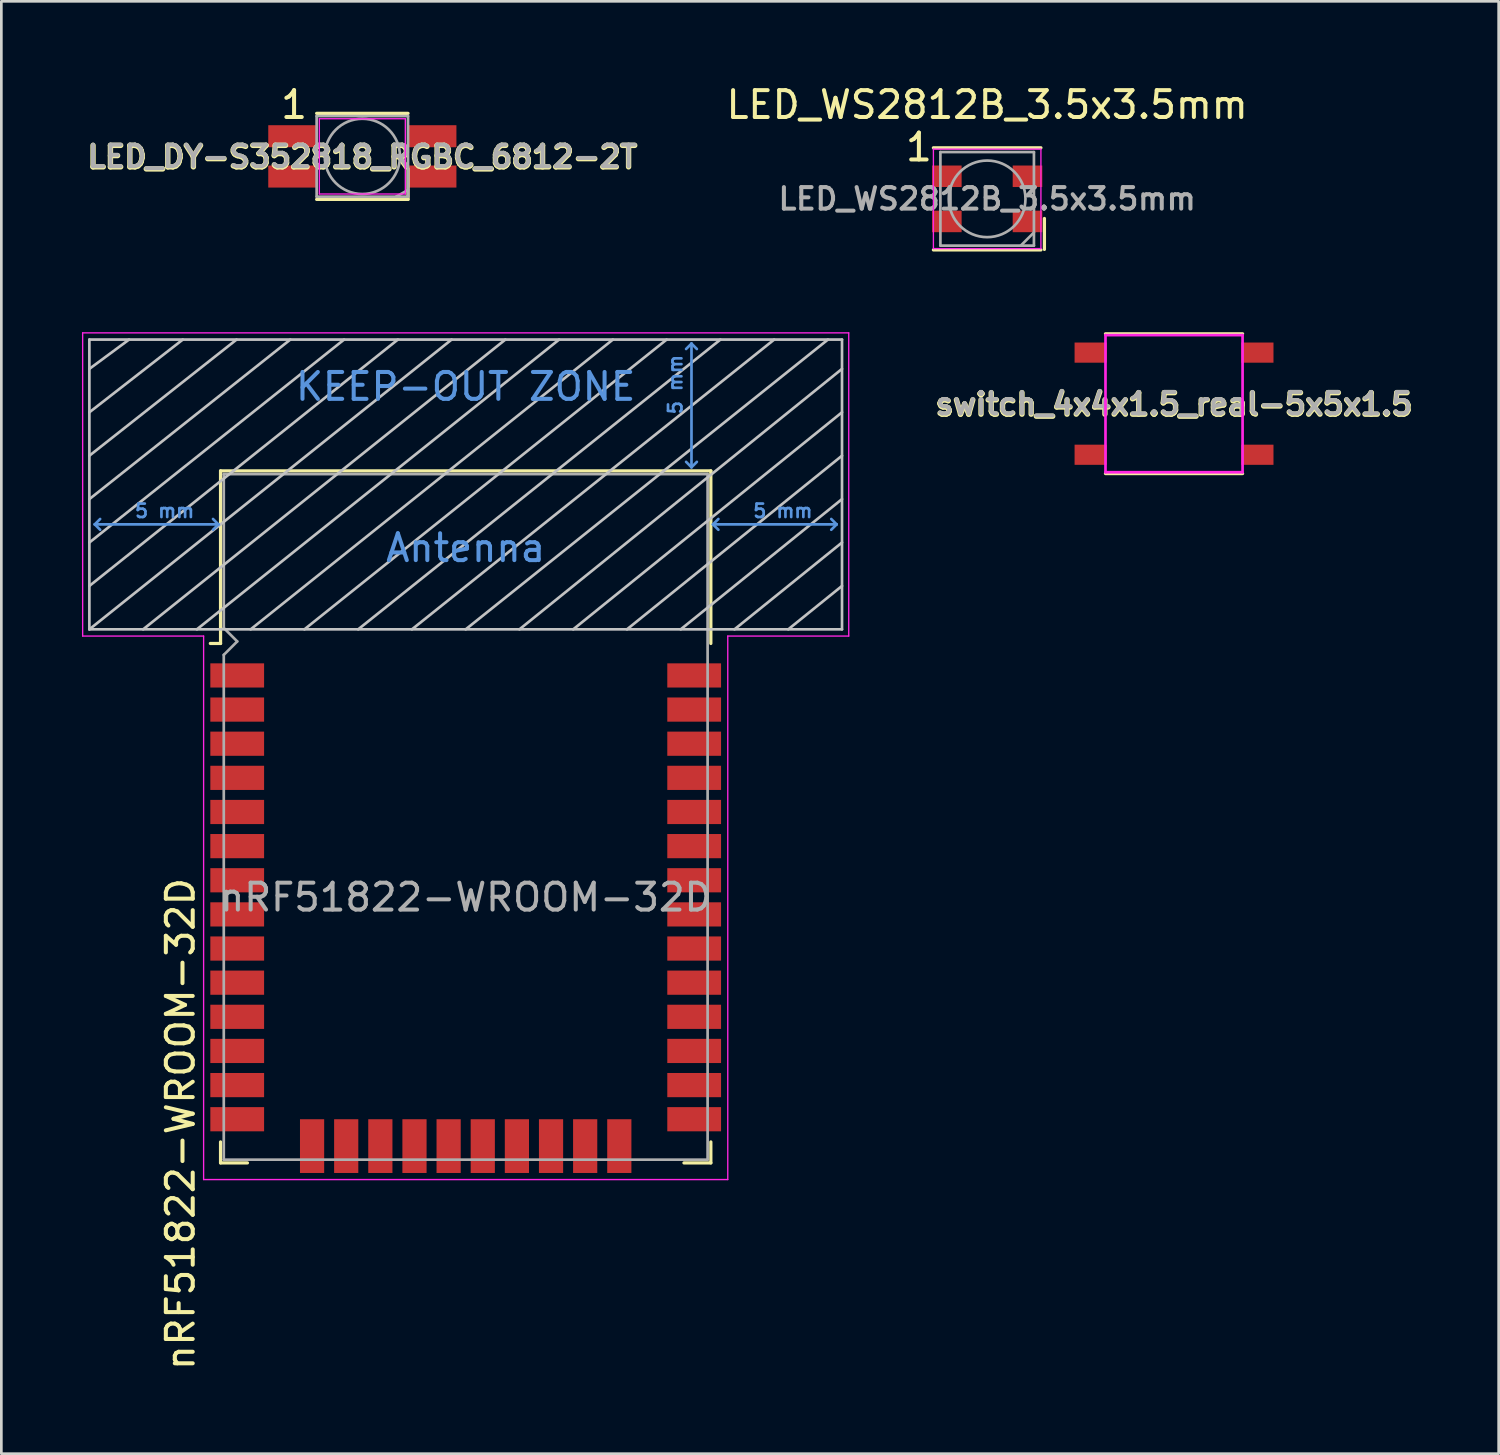
<source format=kicad_pcb>
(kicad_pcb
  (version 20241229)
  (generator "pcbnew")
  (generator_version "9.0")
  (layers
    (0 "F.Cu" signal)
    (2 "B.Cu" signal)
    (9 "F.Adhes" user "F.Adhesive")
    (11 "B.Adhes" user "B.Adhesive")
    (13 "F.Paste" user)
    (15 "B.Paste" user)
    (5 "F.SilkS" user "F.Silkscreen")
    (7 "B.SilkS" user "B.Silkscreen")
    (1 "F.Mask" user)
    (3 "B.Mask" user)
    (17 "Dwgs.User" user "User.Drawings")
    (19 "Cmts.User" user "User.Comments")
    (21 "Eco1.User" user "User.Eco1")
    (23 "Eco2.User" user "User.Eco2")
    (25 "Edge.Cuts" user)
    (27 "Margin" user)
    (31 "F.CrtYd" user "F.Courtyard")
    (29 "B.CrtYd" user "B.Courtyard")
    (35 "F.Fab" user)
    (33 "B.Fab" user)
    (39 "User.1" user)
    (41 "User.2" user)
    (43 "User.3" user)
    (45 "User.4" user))
  (footprint "switch_4x4x1.5_real-5x5x1.5"
    (layer "F.Cu")
    (at 40.627 11.968)
    (property "Reference" "switch_4x4x1.5_real-5x5x1.5" (at 0 0.03 0) (layer "F.SilkS") (effects (font (size 0.8 0.8) (thickness 0.2))))
    (attr smd)
    (fp_line (start -2.55 -2.6) (end 2.55 -2.6) (stroke (width 0.12) (type solid)) (layer "F.SilkS"))
    (fp_line (start -2.55 2.6) (end 2.55 2.6) (stroke (width 0.12) (type solid)) (layer "F.SilkS"))
    (fp_line (start -2.55 -2.55) (end -2.55 2.55) (stroke (width 0.1) (type solid)) (layer "F.CrtYd"))
    (fp_line (start -2.55 2.55) (end 2.55 2.55) (stroke (width 0.1) (type solid)) (layer "F.CrtYd"))
    (fp_line (start 2.55 -2.55) (end -2.55 -2.55) (stroke (width 0.1) (type solid)) (layer "F.CrtYd"))
    (fp_line (start 2.55 2.55) (end 2.55 -2.55) (stroke (width 0.1) (type solid)) (layer "F.CrtYd"))
    (fp_text user "${REFERENCE}" (at 0 0 0) (layer "F.Fab") (effects (font (size 0.8 0.8) (thickness 0.15))))
    (pad "1" smd rect (at -3.1 -1.9) (size 1.2 0.75) (layers "F.Cu" "F.Mask" "F.Paste"))
    (pad "1" smd rect (at 3.1 -1.9) (size 1.2 0.75) (layers "F.Cu" "F.Mask" "F.Paste"))
    (pad "2" smd rect (at -3.1 1.9) (size 1.2 0.75) (layers "F.Cu" "F.Mask" "F.Paste"))
    (pad "2" smd rect (at 3.1 1.9) (size 1.2 0.75) (layers "F.Cu" "F.Mask" "F.Paste")))
  (footprint "LED_DY-S352818_RGBC_6812-2T"
    (layer "F.Cu")
    (at 10.43 2.768)
    (property "Reference" "LED_DY-S352818_RGBC_6812-2T" (at 0 0.03 0) (layer "F.SilkS") (effects (font (size 0.8 0.8) (thickness 0.2))))
    (attr smd)
    (fp_line (start -1.7 -1.6) (end 1.7 -1.6) (stroke (width 0.12) (type solid)) (layer "F.SilkS"))
    (fp_line (start -1.7 1.6) (end 1.7 1.6) (stroke (width 0.12) (type solid)) (layer "F.SilkS"))
    (fp_line (start 1.7 1.6) (end 1.7 0.45) (stroke (width 0.12) (type solid)) (layer "F.SilkS"))
    (fp_line (start -1.6 -1.4) (end -1.6 1.4) (stroke (width 0.05) (type solid)) (layer "F.CrtYd"))
    (fp_line (start -1.6 1.4) (end 1.6 1.4) (stroke (width 0.05) (type solid)) (layer "F.CrtYd"))
    (fp_line (start 1.6 -1.4) (end -1.6 -1.4) (stroke (width 0.05) (type solid)) (layer "F.CrtYd"))
    (fp_line (start 1.6 1.4) (end 1.6 -1.4) (stroke (width 0.05) (type solid)) (layer "F.CrtYd"))
    (fp_line (start -1.7 -1.5) (end -1.7 1.5) (stroke (width 0.1) (type solid)) (layer "F.Fab"))
    (fp_line (start -1.7 1.5) (end 1.7 1.5) (stroke (width 0.1) (type solid)) (layer "F.Fab"))
    (fp_line (start 1.7 -1.5) (end -1.7 -1.5) (stroke (width 0.1) (type solid)) (layer "F.Fab"))
    (fp_line (start 1.7 1.25) (end 1.25 1.5) (stroke (width 0.1) (type solid)) (layer "F.Fab"))
    (fp_line (start 1.7 1.5) (end 1.7 -1.5) (stroke (width 0.1) (type solid)) (layer "F.Fab"))
    (fp_circle (center 0 0) (end 1.4 0) (stroke (width 0.1) (type solid)) (fill no) (layer "F.Fab"))
    (fp_text user "1" (at -2.54 -1.92 0) (layer "F.SilkS") (effects (font (size 1 1) (thickness 0.15))))
    (fp_text user "${REFERENCE}" (at 0 0 0) (layer "F.Fab") (effects (font (size 0.8 0.8) (thickness 0.15))))
    (pad "1" smd rect (at -2.6 -0.75) (size 1.8 0.82) (layers "F.Cu" "F.Mask" "F.Paste"))
    (pad "2" smd rect (at -2.6 0.75) (size 1.8 0.82) (layers "F.Cu" "F.Mask" "F.Paste"))
    (pad "3" smd rect (at 2.6 0.75) (size 1.8 0.82) (layers "F.Cu" "F.Mask" "F.Paste"))
    (pad "4" smd rect (at 2.6 -0.75) (size 1.8 0.82) (layers "F.Cu" "F.Mask" "F.Paste")))
  (footprint "nRF51822-WROOM-32D"
    (layer "F.Cu")
    (at 14.275 30.333)
    (property "Reference" "nRF51822-WROOM-32D" (at -10.61 8.43 90) (layer "F.SilkS") (effects (font (size 1 1) (thickness 0.15))))
    (attr smd)
    (fp_line (start -9.12 -15.865) (end -9.12 -9.445) (stroke (width 0.12) (type solid)) (layer "F.SilkS"))
    (fp_line (start -9.12 -15.865) (end 9.12 -15.865) (stroke (width 0.12) (type solid)) (layer "F.SilkS"))
    (fp_line (start -9.12 -9.445) (end -9.5 -9.445) (stroke (width 0.12) (type solid)) (layer "F.SilkS"))
    (fp_line (start -9.12 9.1) (end -9.12 9.88) (stroke (width 0.12) (type solid)) (layer "F.SilkS"))
    (fp_line (start -9.12 9.88) (end -8.12 9.88) (stroke (width 0.12) (type solid)) (layer "F.SilkS"))
    (fp_line (start 9.12 -15.865) (end 9.12 -9.445) (stroke (width 0.12) (type solid)) (layer "F.SilkS"))
    (fp_line (start 9.12 9.1) (end 9.12 9.88) (stroke (width 0.12) (type solid)) (layer "F.SilkS"))
    (fp_line (start 9.12 9.88) (end 8.12 9.88) (stroke (width 0.12) (type solid)) (layer "F.SilkS"))
    (fp_line (start -14 -9.97) (end -14 -20.75) (stroke (width 0.1) (type solid)) (layer "Dwgs.User"))
    (fp_line (start -12.525 -20.75) (end -14 -19.66) (stroke (width 0.1) (type solid)) (layer "Dwgs.User"))
    (fp_line (start -10.525 -20.75) (end -14 -18.045) (stroke (width 0.1) (type solid)) (layer "Dwgs.User"))
    (fp_line (start -8.525 -20.75) (end -14 -16.43) (stroke (width 0.1) (type solid)) (layer "Dwgs.User"))
    (fp_line (start -8 -9.97) (end 5.475 -20.75) (stroke (width 0.1) (type solid)) (layer "Dwgs.User"))
    (fp_line (start -6.525 -20.75) (end -14 -14.815) (stroke (width 0.1) (type solid)) (layer "Dwgs.User"))
    (fp_line (start -4.525 -20.75) (end -14 -13.2) (stroke (width 0.1) (type solid)) (layer "Dwgs.User"))
    (fp_line (start -2.525 -20.75) (end -14 -11.585) (stroke (width 0.1) (type solid)) (layer "Dwgs.User"))
    (fp_line (start -0.525 -20.75) (end -14 -9.97) (stroke (width 0.1) (type solid)) (layer "Dwgs.User"))
    (fp_line (start 1.475 -20.75) (end -12 -9.97) (stroke (width 0.1) (type solid)) (layer "Dwgs.User"))
    (fp_line (start 3.475 -20.75) (end -10 -9.97) (stroke (width 0.1) (type solid)) (layer "Dwgs.User"))
    (fp_line (start 7.475 -20.75) (end -6 -9.97) (stroke (width 0.1) (type solid)) (layer "Dwgs.User"))
    (fp_line (start 9.475 -20.75) (end -4 -9.97) (stroke (width 0.1) (type solid)) (layer "Dwgs.User"))
    (fp_line (start 11.475 -20.75) (end -2 -9.97) (stroke (width 0.1) (type solid)) (layer "Dwgs.User"))
    (fp_line (start 13.475 -20.75) (end 0 -9.97) (stroke (width 0.1) (type solid)) (layer "Dwgs.User"))
    (fp_line (start 14 -20.75) (end -14 -20.75) (stroke (width 0.1) (type solid)) (layer "Dwgs.User"))
    (fp_line (start 14 -19.66) (end 2 -9.97) (stroke (width 0.1) (type solid)) (layer "Dwgs.User"))
    (fp_line (start 14 -18.045) (end 4 -9.97) (stroke (width 0.1) (type solid)) (layer "Dwgs.User"))
    (fp_line (start 14 -16.43) (end 6 -9.97) (stroke (width 0.1) (type solid)) (layer "Dwgs.User"))
    (fp_line (start 14 -14.815) (end 8 -9.97) (stroke (width 0.1) (type solid)) (layer "Dwgs.User"))
    (fp_line (start 14 -13.2) (end 10 -9.97) (stroke (width 0.1) (type solid)) (layer "Dwgs.User"))
    (fp_line (start 14 -11.585) (end 12 -9.97) (stroke (width 0.1) (type solid)) (layer "Dwgs.User"))
    (fp_line (start 14 -9.97) (end -14 -9.97) (stroke (width 0.1) (type solid)) (layer "Dwgs.User"))
    (fp_line (start 14 -9.97) (end 14 -20.75) (stroke (width 0.1) (type solid)) (layer "Dwgs.User"))
    (fp_line (start -13.8 -13.875) (end -13.6 -14.075) (stroke (width 0.1) (type solid)) (layer "Cmts.User"))
    (fp_line (start -13.8 -13.875) (end -13.6 -13.675) (stroke (width 0.1) (type solid)) (layer "Cmts.User"))
    (fp_line (start -13.8 -13.875) (end -9.2 -13.875) (stroke (width 0.1) (type solid)) (layer "Cmts.User"))
    (fp_line (start -9.2 -13.875) (end -9.4 -14.075) (stroke (width 0.1) (type solid)) (layer "Cmts.User"))
    (fp_line (start -9.2 -13.875) (end -9.4 -13.675) (stroke (width 0.1) (type solid)) (layer "Cmts.User"))
    (fp_line (start 8.4 -20.6) (end 8.2 -20.4) (stroke (width 0.1) (type solid)) (layer "Cmts.User"))
    (fp_line (start 8.4 -20.6) (end 8.6 -20.4) (stroke (width 0.1) (type solid)) (layer "Cmts.User"))
    (fp_line (start 8.4 -16) (end 8.2 -16.2) (stroke (width 0.1) (type solid)) (layer "Cmts.User"))
    (fp_line (start 8.4 -16) (end 8.4 -20.6) (stroke (width 0.1) (type solid)) (layer "Cmts.User"))
    (fp_line (start 8.4 -16) (end 8.6 -16.2) (stroke (width 0.1) (type solid)) (layer "Cmts.User"))
    (fp_line (start 9.2 -13.875) (end 9.4 -14.075) (stroke (width 0.1) (type solid)) (layer "Cmts.User"))
    (fp_line (start 9.2 -13.875) (end 9.4 -13.675) (stroke (width 0.1) (type solid)) (layer "Cmts.User"))
    (fp_line (start 9.2 -13.875) (end 13.8 -13.875) (stroke (width 0.1) (type solid)) (layer "Cmts.User"))
    (fp_line (start 13.8 -13.875) (end 13.6 -14.075) (stroke (width 0.1) (type solid)) (layer "Cmts.User"))
    (fp_line (start 13.8 -13.875) (end 13.6 -13.675) (stroke (width 0.1) (type solid)) (layer "Cmts.User"))
    (fp_line (start -14.25 -21) (end -14.25 -9.72) (stroke (width 0.05) (type solid)) (layer "F.CrtYd"))
    (fp_line (start -14.25 -21) (end 14.25 -21) (stroke (width 0.05) (type solid)) (layer "F.CrtYd"))
    (fp_line (start -14.25 -9.72) (end -9.75 -9.72) (stroke (width 0.05) (type solid)) (layer "F.CrtYd"))
    (fp_line (start -9.75 10.5) (end -9.75 -9.72) (stroke (width 0.05) (type solid)) (layer "F.CrtYd"))
    (fp_line (start -9.75 10.5) (end 9.75 10.5) (stroke (width 0.05) (type solid)) (layer "F.CrtYd"))
    (fp_line (start 9.75 -9.72) (end 9.75 10.5) (stroke (width 0.05) (type solid)) (layer "F.CrtYd"))
    (fp_line (start 9.75 -9.72) (end 14.25 -9.72) (stroke (width 0.05) (type solid)) (layer "F.CrtYd"))
    (fp_line (start 14.25 -21) (end 14.25 -9.72) (stroke (width 0.05) (type solid)) (layer "F.CrtYd"))
    (fp_line (start -9 -15.745) (end -9 -10.02) (stroke (width 0.1) (type solid)) (layer "F.Fab"))
    (fp_line (start -9 -15.745) (end 9 -15.745) (stroke (width 0.1) (type solid)) (layer "F.Fab"))
    (fp_line (start -9 -9.02) (end -9 9.76) (stroke (width 0.1) (type solid)) (layer "F.Fab"))
    (fp_line (start -9 -9.02) (end -8.5 -9.52) (stroke (width 0.1) (type solid)) (layer "F.Fab"))
    (fp_line (start -9 9.76) (end 9 9.76) (stroke (width 0.1) (type solid)) (layer "F.Fab"))
    (fp_line (start -8.5 -9.52) (end -9 -10.02) (stroke (width 0.1) (type solid)) (layer "F.Fab"))
    (fp_line (start 9 9.76) (end 9 -15.745) (stroke (width 0.1) (type solid)) (layer "F.Fab"))
    (fp_text user "KEEP-OUT ZONE" (at 0 -19 0) (layer "Cmts.User") (effects (font (size 1 1) (thickness 0.15))))
    (fp_text user "5 mm" (at 7.8 -19.075 90) (layer "Cmts.User") (effects (font (size 0.5 0.5) (thickness 0.1))))
    (fp_text user "Antenna" (at 0 -13 0) (layer "Cmts.User") (effects (font (size 1 1) (thickness 0.15))))
    (fp_text user "5 mm" (at 11.8 -14.375 0) (layer "Cmts.User") (effects (font (size 0.5 0.5) (thickness 0.1))))
    (fp_text user "5 mm" (at -11.2 -14.375 0) (layer "Cmts.User") (effects (font (size 0.5 0.5) (thickness 0.1))))
    (fp_text user "${REFERENCE}" (at 0 0 0) (layer "F.Fab") (effects (font (size 1 1) (thickness 0.15))))
    (pad "1" smd rect (at -8.5 -8.255) (size 2 0.9) (layers "F.Cu" "F.Mask" "F.Paste"))
    (pad "2" smd rect (at -8.5 -6.985) (size 2 0.9) (layers "F.Cu" "F.Mask" "F.Paste"))
    (pad "3" smd rect (at -8.5 -5.715) (size 2 0.9) (layers "F.Cu" "F.Mask" "F.Paste"))
    (pad "4" smd rect (at -8.5 -4.445) (size 2 0.9) (layers "F.Cu" "F.Mask" "F.Paste"))
    (pad "5" smd rect (at -8.5 -3.175) (size 2 0.9) (layers "F.Cu" "F.Mask" "F.Paste"))
    (pad "6" smd rect (at -8.5 -1.905) (size 2 0.9) (layers "F.Cu" "F.Mask" "F.Paste"))
    (pad "7" smd rect (at -8.5 -0.635) (size 2 0.9) (layers "F.Cu" "F.Mask" "F.Paste"))
    (pad "8" smd rect (at -8.5 0.635) (size 2 0.9) (layers "F.Cu" "F.Mask" "F.Paste"))
    (pad "9" smd rect (at -8.5 1.905) (size 2 0.9) (layers "F.Cu" "F.Mask" "F.Paste"))
    (pad "10" smd rect (at -8.5 3.175) (size 2 0.9) (layers "F.Cu" "F.Mask" "F.Paste"))
    (pad "11" smd rect (at -8.5 4.445) (size 2 0.9) (layers "F.Cu" "F.Mask" "F.Paste"))
    (pad "12" smd rect (at -8.5 5.715) (size 2 0.9) (layers "F.Cu" "F.Mask" "F.Paste"))
    (pad "13" smd rect (at -8.5 6.985) (size 2 0.9) (layers "F.Cu" "F.Mask" "F.Paste"))
    (pad "14" smd rect (at -8.5 8.255) (size 2 0.9) (layers "F.Cu" "F.Mask" "F.Paste"))
    (pad "15" smd rect (at -5.715 9.255 90) (size 2 0.9) (layers "F.Cu" "F.Mask" "F.Paste"))
    (pad "16" smd rect (at -4.445 9.255 90) (size 2 0.9) (layers "F.Cu" "F.Mask" "F.Paste"))
    (pad "17" smd rect (at -3.175 9.255 90) (size 2 0.9) (layers "F.Cu" "F.Mask" "F.Paste"))
    (pad "18" smd rect (at -1.905 9.255 90) (size 2 0.9) (layers "F.Cu" "F.Mask" "F.Paste"))
    (pad "19" smd rect (at -0.635 9.255 90) (size 2 0.9) (layers "F.Cu" "F.Mask" "F.Paste"))
    (pad "20" smd rect (at 0.635 9.255 90) (size 2 0.9) (layers "F.Cu" "F.Mask" "F.Paste"))
    (pad "21" smd rect (at 1.905 9.255 90) (size 2 0.9) (layers "F.Cu" "F.Mask" "F.Paste"))
    (pad "22" smd rect (at 3.175 9.255 90) (size 2 0.9) (layers "F.Cu" "F.Mask" "F.Paste"))
    (pad "23" smd rect (at 4.445 9.255 90) (size 2 0.9) (layers "F.Cu" "F.Mask" "F.Paste"))
    (pad "24" smd rect (at 5.715 9.255 90) (size 2 0.9) (layers "F.Cu" "F.Mask" "F.Paste"))
    (pad "25" smd rect (at 8.5 8.255) (size 2 0.9) (layers "F.Cu" "F.Mask" "F.Paste"))
    (pad "26" smd rect (at 8.5 6.985) (size 2 0.9) (layers "F.Cu" "F.Mask" "F.Paste"))
    (pad "27" smd rect (at 8.5 5.715) (size 2 0.9) (layers "F.Cu" "F.Mask" "F.Paste"))
    (pad "28" smd rect (at 8.5 4.445) (size 2 0.9) (layers "F.Cu" "F.Mask" "F.Paste"))
    (pad "29" smd rect (at 8.5 3.175) (size 2 0.9) (layers "F.Cu" "F.Mask" "F.Paste"))
    (pad "30" smd rect (at 8.5 1.905) (size 2 0.9) (layers "F.Cu" "F.Mask" "F.Paste"))
    (pad "31" smd rect (at 8.5 0.635) (size 2 0.9) (layers "F.Cu" "F.Mask" "F.Paste"))
    (pad "32" smd rect (at 8.5 -0.635) (size 2 0.9) (layers "F.Cu" "F.Mask" "F.Paste"))
    (pad "33" smd rect (at 8.5 -1.905) (size 2 0.9) (layers "F.Cu" "F.Mask" "F.Paste"))
    (pad "34" smd rect (at 8.5 -3.175) (size 2 0.9) (layers "F.Cu" "F.Mask" "F.Paste"))
    (pad "35" smd rect (at 8.5 -4.445) (size 2 0.9) (layers "F.Cu" "F.Mask" "F.Paste"))
    (pad "36" smd rect (at 8.5 -5.715) (size 2 0.9) (layers "F.Cu" "F.Mask" "F.Paste"))
    (pad "37" smd rect (at 8.5 -6.985) (size 2 0.9) (layers "F.Cu" "F.Mask" "F.Paste"))
    (pad "38" smd rect (at 8.5 -8.255) (size 2 0.9) (layers "F.Cu" "F.Mask" "F.Paste")))
  (footprint "LED_WS2812B_3.5x3.5mm"
    (layer "F.Cu")
    (at 33.675 4.348)
    (property "Reference" "LED_WS2812B_3.5x3.5mm" (at 0 -3.5 0) (layer "F.SilkS") (effects (font (size 1 1) (thickness 0.15))))
    (attr smd)
    (fp_line (start -2 -1.9) (end 2 -1.9) (stroke (width 0.12) (type solid)) (layer "F.SilkS"))
    (fp_line (start -2 1.9) (end 2 1.9) (stroke (width 0.12) (type solid)) (layer "F.SilkS"))
    (fp_line (start 2.13 1.88) (end 2.13 0.73) (stroke (width 0.12) (type solid)) (layer "F.SilkS"))
    (fp_line (start -2 -1.85) (end -2 1.85) (stroke (width 0.05) (type solid)) (layer "F.CrtYd"))
    (fp_line (start -2 1.85) (end 2 1.85) (stroke (width 0.05) (type solid)) (layer "F.CrtYd"))
    (fp_line (start 2 -1.85) (end -2 -1.85) (stroke (width 0.05) (type solid)) (layer "F.CrtYd"))
    (fp_line (start 2 1.85) (end 2 -1.85) (stroke (width 0.05) (type solid)) (layer "F.CrtYd"))
    (fp_line (start -1.74 -1.74) (end -1.74 1.74) (stroke (width 0.1) (type solid)) (layer "F.Fab"))
    (fp_line (start -1.74 1.74) (end 1.74 1.74) (stroke (width 0.1) (type solid)) (layer "F.Fab"))
    (fp_line (start 1.74 -1.74) (end -1.74 -1.74) (stroke (width 0.1) (type solid)) (layer "F.Fab"))
    (fp_line (start 1.74 1.25) (end 1.25 1.74) (stroke (width 0.1) (type solid)) (layer "F.Fab"))
    (fp_line (start 1.74 1.74) (end 1.74 -1.74) (stroke (width 0.1) (type solid)) (layer "F.Fab"))
    (fp_circle (center 0 0) (end 1.425 0) (stroke (width 0.1) (type solid)) (fill no) (layer "F.Fab"))
    (fp_text user "1" (at -2.54 -1.92 0) (layer "F.SilkS") (effects (font (size 1 1) (thickness 0.15))))
    (fp_text user "${REFERENCE}" (at 0 0 0) (layer "F.Fab") (effects (font (size 0.8 0.8) (thickness 0.15))))
    (pad "1" smd rect (at -1.5 -0.84) (size 1.1 0.8) (layers "F.Cu" "F.Mask" "F.Paste"))
    (pad "2" smd rect (at -1.5 0.84) (size 1.1 0.8) (layers "F.Cu" "F.Mask" "F.Paste"))
    (pad "3" smd rect (at 1.5 0.84) (size 1.1 0.8) (layers "F.Cu" "F.Mask" "F.Paste"))
    (pad "4" smd rect (at 1.5 -0.84) (size 1.1 0.8) (layers "F.Cu" "F.Mask" "F.Paste")))
  (gr_rect
    (start -3 -3)
    (end 52.704 51.031)
    (stroke (width 0.1) (type default))
    (fill no)
    (layer "Edge.Cuts")))
</source>
